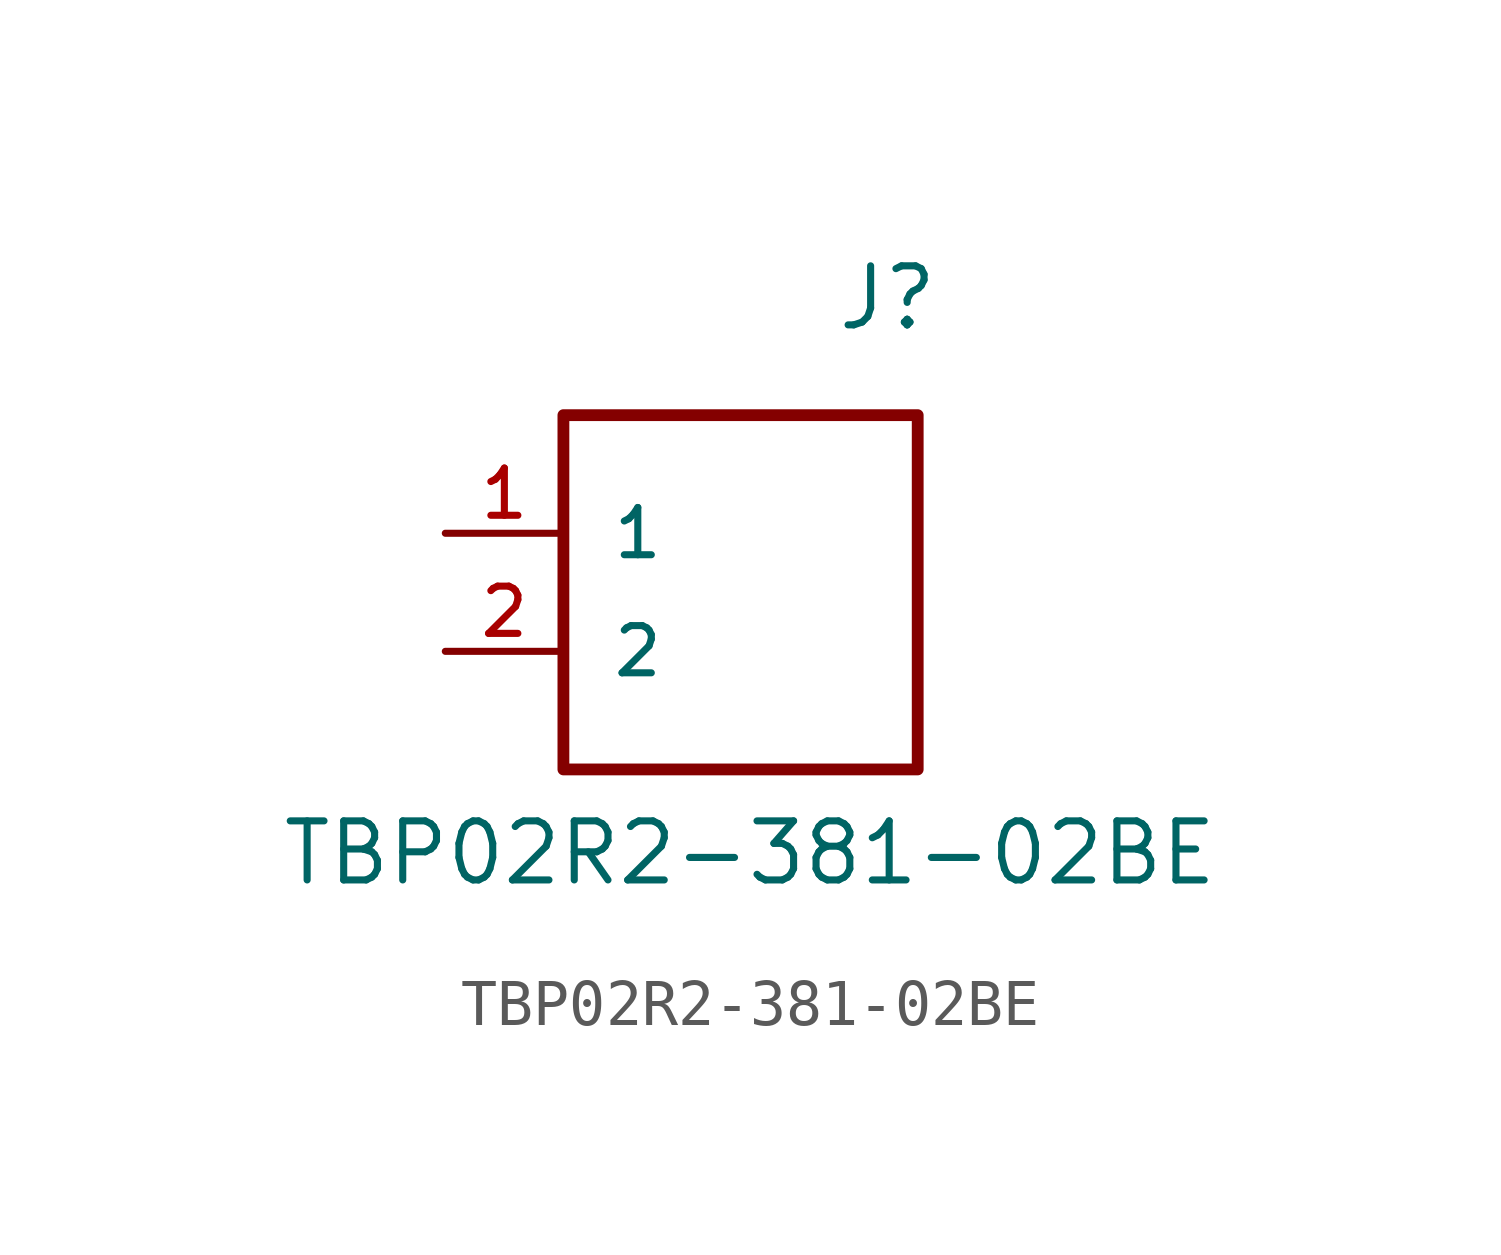
<source format=kicad_sym>
(kicad_symbol_lib
  (version 20231120)
  (generator "kicad_symbol_editor")
  (generator_version "8.0")
  (symbol "TBP02R2-381-02BE"
    (pin_names
      (offset 1.016))
    (property "Reference" "J"
      (at 2.032 5.588 0)
      (effects (font (size 1.27 1.27)) (justify left bottom)))
    (property "Value" "TBP02R2-381-02BE"
      (at -9.906 -6.35 0)
      (effects (font (size 1.27 1.27)) (justify left bottom)))
    (symbol "TBP02R2-381-02BE_0_0"
      (pin passive line (at -6.35 1.27 0) (length 2.54) (name "1" (effects (font (size 1.016 1.016)))) (number "1" (effects (font (size 1.016 1.016)))))
      (pin passive line (at -6.35 -1.27 0) (length 2.54) (name "2" (effects (font (size 1.016 1.016)))) (number "2" (effects (font (size 1.016 1.016))))))
    (symbol "TBP02R2-381-02BE_1_0"
      (rectangle (start -3.81 3.81) (end 3.81 -3.81) (stroke (width 0.254) (type solid)) (fill (type none))))))
</source>
